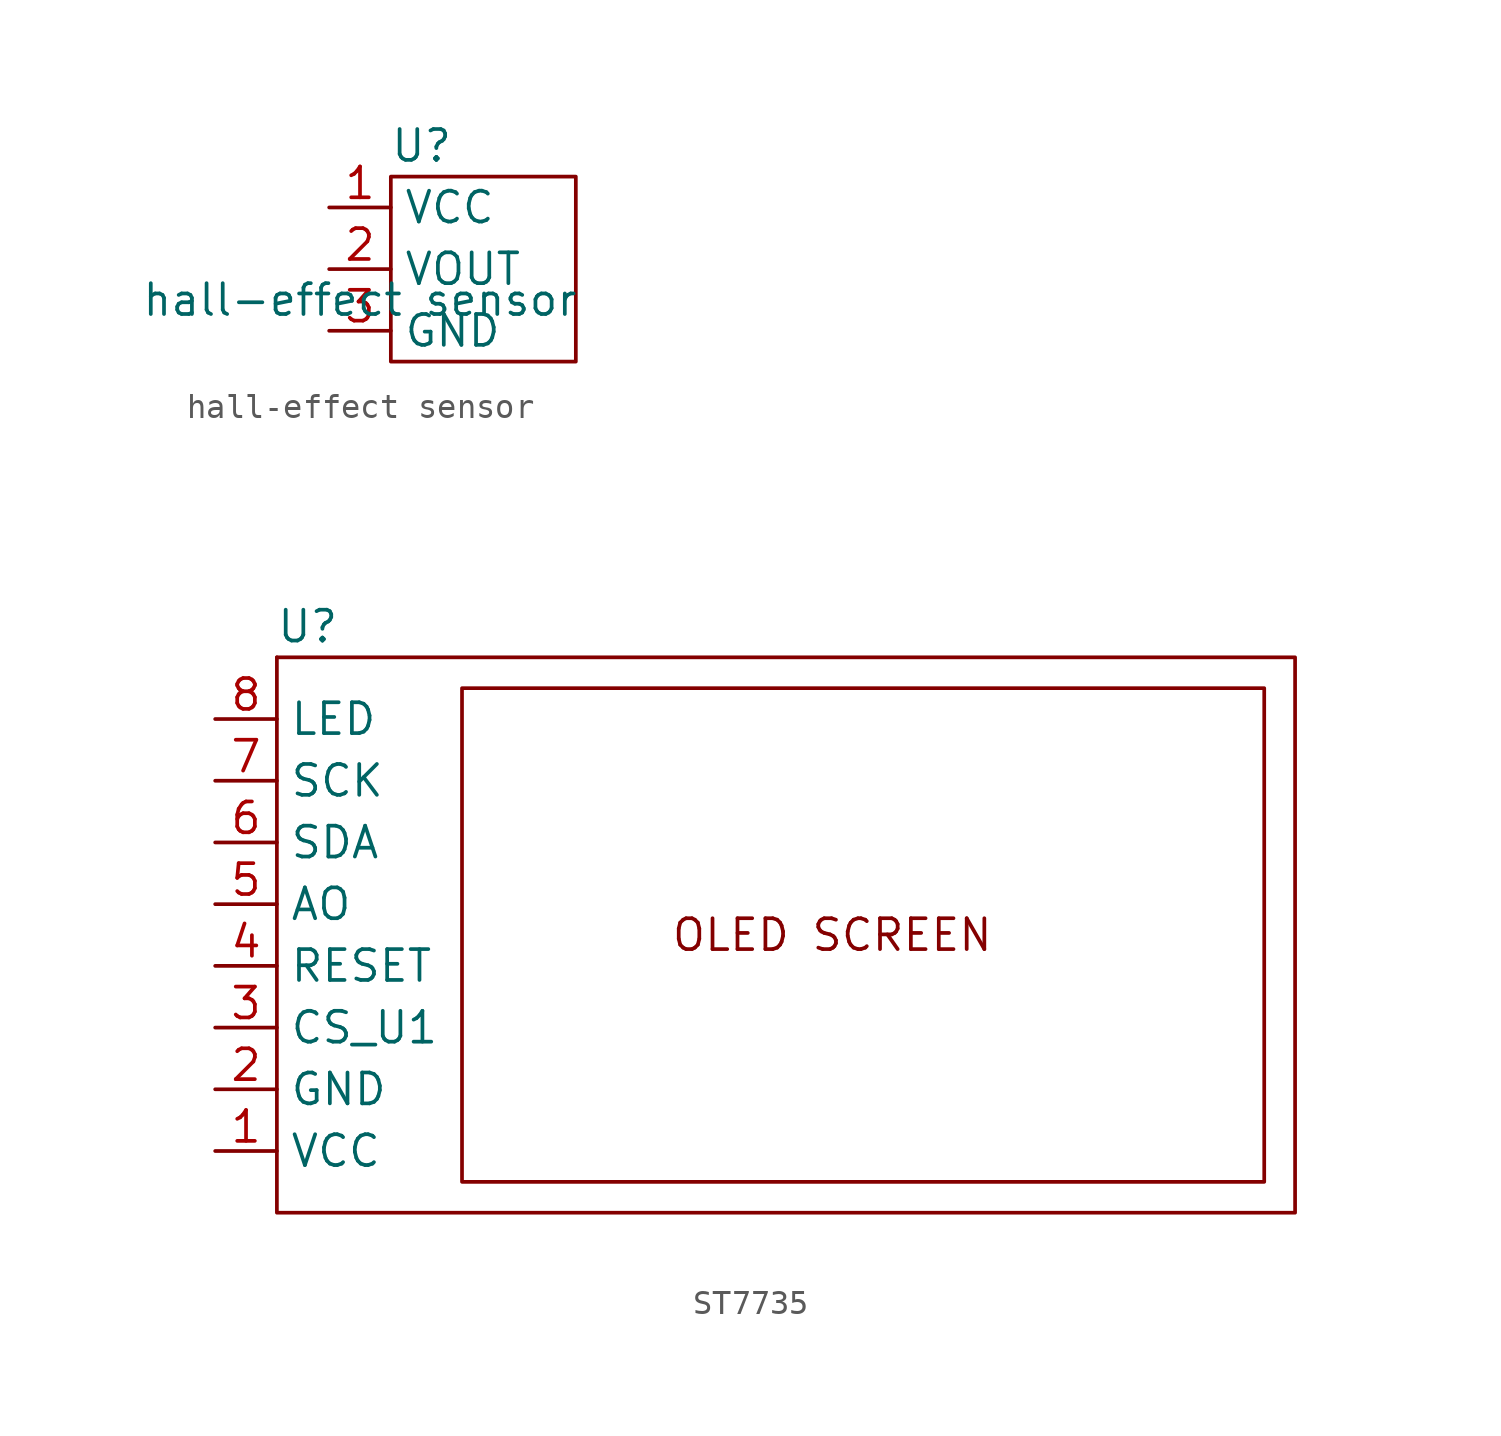
<source format=kicad_sym>
(kicad_symbol_lib
  (version 20220914)
  (generator kicad_symbol_editor)
  (symbol "hall-effect sensor"
    (property "Reference" "U"
      (at -2.54 5.08 0)
      (effects (font (size 1.27 1.27))))
    (property "Value" "hall-effect sensor"
      (at -5.08 -1.27 0)
      (effects (font (size 1.27 1.27))))
    (symbol "hall-effect sensor_0_1"
      (rectangle (start -3.81 3.81) (end 3.81 -3.81) (stroke (width 0) (type default)) (fill (type none))))
    (symbol "hall-effect sensor_1_1"
      (pin input line (at -6.35 2.54 0) (length 2.54) (name "VCC" (effects (font (size 1.27 1.27)))) (number "1" (effects (font (size 1.27 1.27)))))
      (pin input line (at -6.35 0 0) (length 2.54) (name "VOUT" (effects (font (size 1.27 1.27)))) (number "2" (effects (font (size 1.27 1.27)))))
      (pin input line (at -6.35 -2.54 0) (length 2.54) (name "GND" (effects (font (size 1.27 1.27)))) (number "3" (effects (font (size 1.27 1.27)))))))
  (symbol "ST7735"
    (property "Reference" "U"
      (at -21.59 12.7 0)
      (effects (font (size 1.27 1.27))))
    (property "Value" ""
      (at -24.13 -11.43 0)
      (effects (font (size 1.27 1.27))))
    (symbol "ST7735_0_1"
      (rectangle (start -22.86 11.43) (end -22.86 11.43) (stroke (width 0) (type default)) (fill (type none)))
      (rectangle (start -22.86 11.43) (end 19.05 -11.43) (stroke (width 0) (type default)) (fill (type none)))
      (rectangle (start -15.24 10.16) (end 17.78 -10.16) (stroke (width 0) (type default)) (fill (type none))))
    (symbol "ST7735_1_1"
      (text "OLED SCREEN" (at 0 0 0) (effects (font (size 1.27 1.27))))
      (pin input line (at -25.4 -8.89 0) (length 2.54) (name "VCC" (effects (font (size 1.27 1.27)))) (number "1" (effects (font (size 1.27 1.27)))))
      (pin input line (at -25.4 -6.35 0) (length 2.54) (name "GND" (effects (font (size 1.27 1.27)))) (number "2" (effects (font (size 1.27 1.27)))))
      (pin input line (at -25.4 -3.81 0) (length 2.54) (name "CS_U1" (effects (font (size 1.27 1.27)))) (number "3" (effects (font (size 1.27 1.27)))))
      (pin input line (at -25.4 -1.27 0) (length 2.54) (name "RESET" (effects (font (size 1.27 1.27)))) (number "4" (effects (font (size 1.27 1.27)))))
      (pin input line (at -25.4 1.27 0) (length 2.54) (name "AO" (effects (font (size 1.27 1.27)))) (number "5" (effects (font (size 1.27 1.27)))))
      (pin input line (at -25.4 3.81 0) (length 2.54) (name "SDA" (effects (font (size 1.27 1.27)))) (number "6" (effects (font (size 1.27 1.27)))))
      (pin input line (at -25.4 6.35 0) (length 2.54) (name "SCK" (effects (font (size 1.27 1.27)))) (number "7" (effects (font (size 1.27 1.27)))))
      (pin input line (at -25.4 8.89 0) (length 2.54) (name "LED" (effects (font (size 1.27 1.27)))) (number "8" (effects (font (size 1.27 1.27))))))))
</source>
